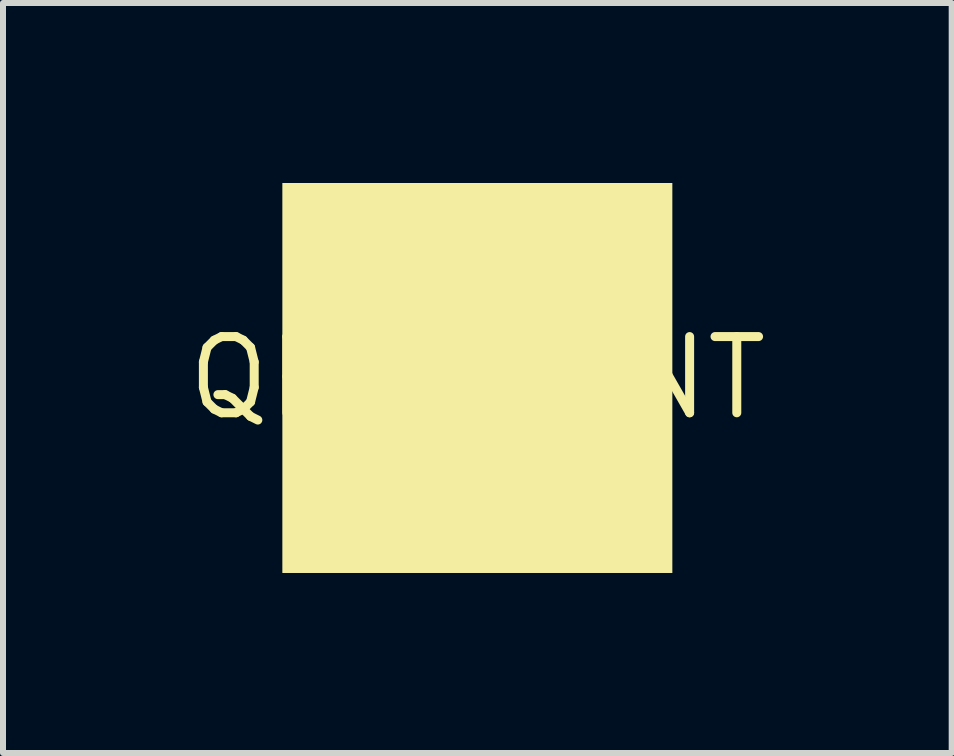
<source format=kicad_pcb>
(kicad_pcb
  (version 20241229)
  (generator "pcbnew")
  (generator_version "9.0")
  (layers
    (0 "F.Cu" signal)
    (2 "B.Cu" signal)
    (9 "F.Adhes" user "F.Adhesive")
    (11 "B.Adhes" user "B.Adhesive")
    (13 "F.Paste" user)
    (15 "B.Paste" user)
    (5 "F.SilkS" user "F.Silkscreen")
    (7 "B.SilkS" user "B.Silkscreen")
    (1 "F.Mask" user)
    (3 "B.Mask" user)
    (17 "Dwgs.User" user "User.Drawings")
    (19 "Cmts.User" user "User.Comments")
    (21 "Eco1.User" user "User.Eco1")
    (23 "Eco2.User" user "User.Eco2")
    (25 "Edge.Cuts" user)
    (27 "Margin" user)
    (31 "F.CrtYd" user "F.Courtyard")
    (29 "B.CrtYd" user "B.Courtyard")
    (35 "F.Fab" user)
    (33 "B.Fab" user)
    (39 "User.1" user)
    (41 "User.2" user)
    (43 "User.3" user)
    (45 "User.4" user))
  (footprint "QR-PRINT"
    (layer "F.Cu")
    (at 4.906 3.25)
    (property "Reference" "QR-PRINT" (at 0 0 0) (unlocked yes) (layer "F.SilkS") (effects (font (size 1.27 1.27) (thickness 0.15))))
    (fp_poly (pts (xy 3.25 3.25) (xy -3.25 3.25) (xy -3.25 -3.25) (xy 3.25 -3.25)) (stroke (width 0) (type default)) (fill yes) (layer "F.SilkS")))
  (gr_rect
    (start -3 -3)
    (end 12.812 9.5)
    (stroke (width 0.1) (type default))
    (fill no)
    (layer "Edge.Cuts")))
</source>
